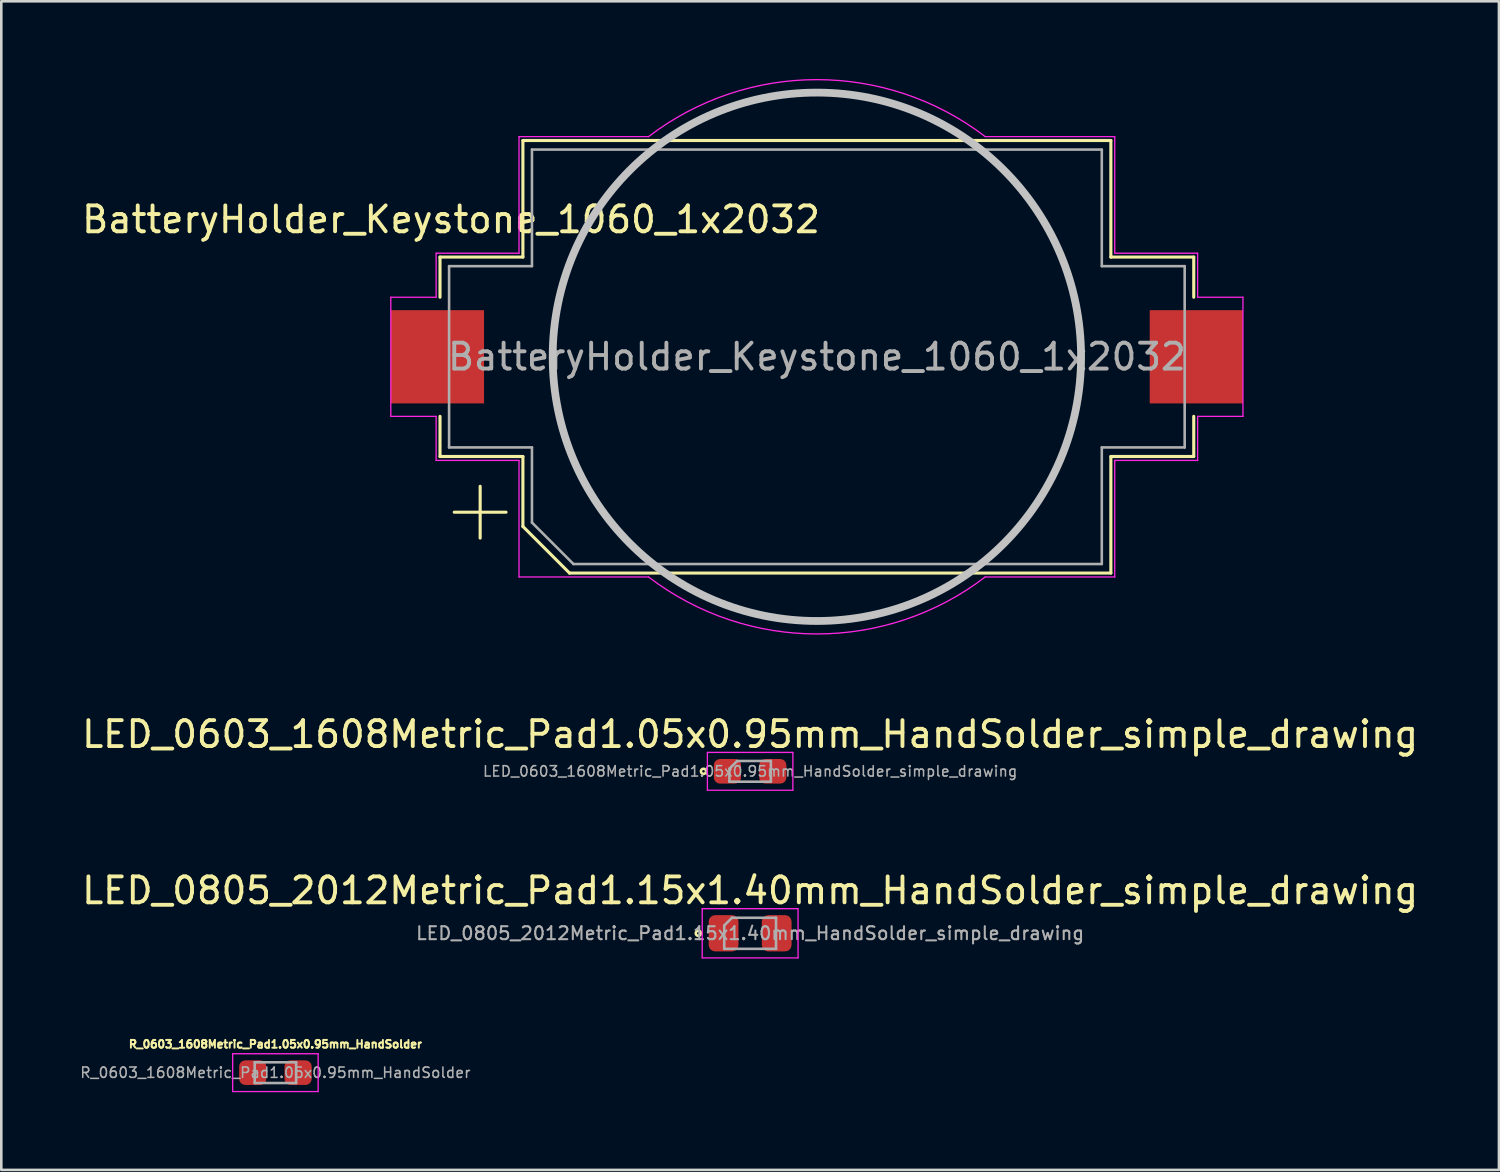
<source format=kicad_pcb>
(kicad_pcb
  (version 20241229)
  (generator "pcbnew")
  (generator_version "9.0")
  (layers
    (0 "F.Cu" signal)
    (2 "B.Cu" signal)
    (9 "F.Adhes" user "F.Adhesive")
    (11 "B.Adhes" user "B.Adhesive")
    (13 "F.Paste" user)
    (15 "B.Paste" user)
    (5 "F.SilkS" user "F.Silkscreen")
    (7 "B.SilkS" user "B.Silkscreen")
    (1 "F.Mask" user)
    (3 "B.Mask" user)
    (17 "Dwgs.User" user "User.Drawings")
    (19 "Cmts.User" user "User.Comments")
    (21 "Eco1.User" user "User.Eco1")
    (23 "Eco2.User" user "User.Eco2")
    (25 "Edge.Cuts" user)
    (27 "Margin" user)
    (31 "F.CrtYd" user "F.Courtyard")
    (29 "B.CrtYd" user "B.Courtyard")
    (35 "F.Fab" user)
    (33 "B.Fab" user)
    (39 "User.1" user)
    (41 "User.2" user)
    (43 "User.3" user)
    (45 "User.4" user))
  (footprint "BatteryHolder_Keystone_1060_1x2032"
    (layer "F.Cu")
    (at 28.488 10.725)
    (property "Reference" "BatteryHolder_Keystone_1060_1x2032" (at -14.125 -5.3 0) (layer "F.SilkS") (effects (font (size 1 1) (thickness 0.15))))
    (attr smd)
    (fp_line (start -14.55 -3.85) (end -14.55 -2.3) (stroke (width 0.12) (type solid)) (layer "F.SilkS"))
    (fp_line (start -14.55 3.85) (end -14.55 2.3) (stroke (width 0.12) (type solid)) (layer "F.SilkS"))
    (fp_line (start -13 5) (end -13 7) (stroke (width 0.12) (type solid)) (layer "F.SilkS"))
    (fp_line (start -12 6) (end -14 6) (stroke (width 0.12) (type solid)) (layer "F.SilkS"))
    (fp_line (start -11.35 -8.35) (end -11.35 -3.85) (stroke (width 0.12) (type solid)) (layer "F.SilkS"))
    (fp_line (start -11.35 -8.35) (end 11.35 -8.35) (stroke (width 0.12) (type solid)) (layer "F.SilkS"))
    (fp_line (start -11.35 -3.85) (end -14.55 -3.85) (stroke (width 0.12) (type solid)) (layer "F.SilkS"))
    (fp_line (start -11.35 3.85) (end -14.55 3.85) (stroke (width 0.12) (type solid)) (layer "F.SilkS"))
    (fp_line (start -11.35 6.55) (end -11.35 3.85) (stroke (width 0.12) (type solid)) (layer "F.SilkS"))
    (fp_line (start -9.55 8.35) (end -11.35 6.55) (stroke (width 0.12) (type solid)) (layer "F.SilkS"))
    (fp_line (start 11.35 -8.35) (end 11.35 -3.85) (stroke (width 0.12) (type solid)) (layer "F.SilkS"))
    (fp_line (start 11.35 -3.85) (end 14.55 -3.85) (stroke (width 0.12) (type solid)) (layer "F.SilkS"))
    (fp_line (start 11.35 3.85) (end 14.55 3.85) (stroke (width 0.12) (type solid)) (layer "F.SilkS"))
    (fp_line (start 11.35 8.35) (end -9.55 8.35) (stroke (width 0.12) (type solid)) (layer "F.SilkS"))
    (fp_line (start 11.35 8.35) (end 11.35 3.85) (stroke (width 0.12) (type solid)) (layer "F.SilkS"))
    (fp_line (start 14.55 -3.85) (end 14.55 -2.3) (stroke (width 0.12) (type solid)) (layer "F.SilkS"))
    (fp_line (start 14.55 3.85) (end 14.55 2.3) (stroke (width 0.12) (type solid)) (layer "F.SilkS"))
    (fp_circle (center 0 0) (end -10.2 0) (stroke (width 0.3) (type solid)) (fill no) (layer "Dwgs.User"))
    (fp_line (start -16.45 2.3) (end -16.45 -2.3) (stroke (width 0.05) (type solid)) (layer "F.CrtYd"))
    (fp_line (start -14.7 -4) (end -11.5 -4) (stroke (width 0.05) (type solid)) (layer "F.CrtYd"))
    (fp_line (start -14.7 -2.3) (end -16.45 -2.3) (stroke (width 0.05) (type solid)) (layer "F.CrtYd"))
    (fp_line (start -14.7 -2.3) (end -14.7 -4) (stroke (width 0.05) (type solid)) (layer "F.CrtYd"))
    (fp_line (start -14.7 2.3) (end -16.45 2.3) (stroke (width 0.05) (type solid)) (layer "F.CrtYd"))
    (fp_line (start -14.7 4) (end -14.7 2.3) (stroke (width 0.05) (type solid)) (layer "F.CrtYd"))
    (fp_line (start -14.7 4) (end -11.5 4) (stroke (width 0.05) (type solid)) (layer "F.CrtYd"))
    (fp_line (start -11.5 -8.5) (end -6.5 -8.5) (stroke (width 0.05) (type solid)) (layer "F.CrtYd"))
    (fp_line (start -11.5 -4) (end -11.5 -8.5) (stroke (width 0.05) (type solid)) (layer "F.CrtYd"))
    (fp_line (start -11.5 4) (end -11.5 8.5) (stroke (width 0.05) (type solid)) (layer "F.CrtYd"))
    (fp_line (start -6.5 8.5) (end -11.5 8.5) (stroke (width 0.05) (type solid)) (layer "F.CrtYd"))
    (fp_line (start 11.5 -8.5) (end 6.5 -8.5) (stroke (width 0.05) (type solid)) (layer "F.CrtYd"))
    (fp_line (start 11.5 -8.5) (end 11.5 -4) (stroke (width 0.05) (type solid)) (layer "F.CrtYd"))
    (fp_line (start 11.5 -4) (end 14.7 -4) (stroke (width 0.05) (type solid)) (layer "F.CrtYd"))
    (fp_line (start 11.5 4) (end 11.5 8.5) (stroke (width 0.05) (type solid)) (layer "F.CrtYd"))
    (fp_line (start 11.5 8.5) (end 6.5 8.5) (stroke (width 0.05) (type solid)) (layer "F.CrtYd"))
    (fp_line (start 14.7 -4) (end 14.7 -2.3) (stroke (width 0.05) (type solid)) (layer "F.CrtYd"))
    (fp_line (start 14.7 -2.3) (end 16.45 -2.3) (stroke (width 0.05) (type solid)) (layer "F.CrtYd"))
    (fp_line (start 14.7 2.3) (end 14.7 4) (stroke (width 0.05) (type solid)) (layer "F.CrtYd"))
    (fp_line (start 14.7 4) (end 11.5 4) (stroke (width 0.05) (type solid)) (layer "F.CrtYd"))
    (fp_line (start 16.45 -2.3) (end 16.45 2.3) (stroke (width 0.05) (type solid)) (layer "F.CrtYd"))
    (fp_line (start 16.45 2.3) (end 14.7 2.3) (stroke (width 0.05) (type solid)) (layer "F.CrtYd"))
    (fp_arc (start -6.499999 -8.5) (mid 0 -10.700467) (end 6.5 -8.5) (stroke (width 0.05) (type solid)) (layer "F.CrtYd"))
    (fp_arc (start 6.499999 8.5) (mid 0 10.700467) (end -6.5 8.5) (stroke (width 0.05) (type solid)) (layer "F.CrtYd"))
    (fp_line (start -14.2 -3.5) (end -11 -3.5) (stroke (width 0.1) (type solid)) (layer "F.Fab"))
    (fp_line (start -14.2 3.5) (end -14.2 -3.5) (stroke (width 0.1) (type solid)) (layer "F.Fab"))
    (fp_line (start -11 -8) (end -11 -3.5) (stroke (width 0.1) (type solid)) (layer "F.Fab"))
    (fp_line (start -11 3.5) (end -14.2 3.5) (stroke (width 0.1) (type solid)) (layer "F.Fab"))
    (fp_line (start -11 6.4) (end -11 3.5) (stroke (width 0.1) (type solid)) (layer "F.Fab"))
    (fp_line (start -9.4 8) (end -11 6.4) (stroke (width 0.1) (type solid)) (layer "F.Fab"))
    (fp_line (start 11 -8) (end -11 -8) (stroke (width 0.1) (type solid)) (layer "F.Fab"))
    (fp_line (start 11 -8) (end 11 -3.5) (stroke (width 0.1) (type solid)) (layer "F.Fab"))
    (fp_line (start 11 3.5) (end 14.2 3.5) (stroke (width 0.1) (type solid)) (layer "F.Fab"))
    (fp_line (start 11 8) (end -9.4 8) (stroke (width 0.1) (type solid)) (layer "F.Fab"))
    (fp_line (start 11 8) (end 11 3.5) (stroke (width 0.1) (type solid)) (layer "F.Fab"))
    (fp_line (start 14.2 -3.5) (end 11 -3.5) (stroke (width 0.1) (type solid)) (layer "F.Fab"))
    (fp_line (start 14.2 3.5) (end 14.2 -3.5) (stroke (width 0.1) (type solid)) (layer "F.Fab"))
    (fp_text user "${REFERENCE}" (at 0 0 0) (layer "F.Fab") (effects (font (size 1 1) (thickness 0.15))))
    (pad "1" smd rect (at -14.65 0 180) (size 3.6 3.6) (layers "F.Cu" "F.Mask" "F.Paste"))
    (pad "2" smd rect (at 14.65 0 180) (size 3.6 3.6) (layers "F.Cu" "F.Mask" "F.Paste")))
  (footprint "LED_0603_1608Metric_Pad1.05x0.95mm_HandSolder_simple_drawing"
    (layer "F.Cu")
    (at 25.911 26.729)
    (property "Reference" "LED_0603_1608Metric_Pad1.05x0.95mm_HandSolder_simple_drawing" (at 0 -1.43 0) (layer "F.SilkS") (effects (font (size 1 1) (thickness 0.15))))
    (attr smd)
    (fp_circle (center -1.8 0) (end -1.8 -0.1) (stroke (width 0.1) (type solid)) (fill no) (layer "F.SilkS"))
    (fp_line (start -1.65 -0.73) (end 1.65 -0.73) (stroke (width 0.05) (type solid)) (layer "F.CrtYd"))
    (fp_line (start -1.65 0.73) (end -1.65 -0.73) (stroke (width 0.05) (type solid)) (layer "F.CrtYd"))
    (fp_line (start 1.65 -0.73) (end 1.65 0.73) (stroke (width 0.05) (type solid)) (layer "F.CrtYd"))
    (fp_line (start 1.65 0.73) (end -1.65 0.73) (stroke (width 0.05) (type solid)) (layer "F.CrtYd"))
    (fp_line (start -0.8 -0.1) (end -0.8 0.4) (stroke (width 0.1) (type solid)) (layer "F.Fab"))
    (fp_line (start -0.8 0.4) (end 0.8 0.4) (stroke (width 0.1) (type solid)) (layer "F.Fab"))
    (fp_line (start -0.5 -0.4) (end -0.8 -0.1) (stroke (width 0.1) (type solid)) (layer "F.Fab"))
    (fp_line (start 0.8 -0.4) (end -0.5 -0.4) (stroke (width 0.1) (type solid)) (layer "F.Fab"))
    (fp_line (start 0.8 0.4) (end 0.8 -0.4) (stroke (width 0.1) (type solid)) (layer "F.Fab"))
    (fp_text user "${REFERENCE}" (at 0 0 0) (layer "F.Fab") (effects (font (size 0.4 0.4) (thickness 0.06))))
    (pad "1" smd roundrect (at -0.875 0) (size 1.05 0.95) (layers "F.Cu" "F.Mask" "F.Paste") (roundrect_rratio 0.25))
    (pad "2" smd roundrect (at 0.875 0) (size 1.05 0.95) (layers "F.Cu" "F.Mask" "F.Paste") (roundrect_rratio 0.25)))
  (footprint "LED_0805_2012Metric_Pad1.15x1.40mm_HandSolder_simple_drawing"
    (layer "F.Cu")
    (at 25.911 32.982)
    (property "Reference" "LED_0805_2012Metric_Pad1.15x1.40mm_HandSolder_simple_drawing" (at 0 -1.65 0) (layer "F.SilkS") (effects (font (size 1 1) (thickness 0.15))))
    (attr smd)
    (fp_circle (center -2 0) (end -1.9 0) (stroke (width 0.1) (type solid)) (fill no) (layer "F.SilkS"))
    (fp_line (start -1.85 -0.95) (end 1.85 -0.95) (stroke (width 0.05) (type solid)) (layer "F.CrtYd"))
    (fp_line (start -1.85 0.95) (end -1.85 -0.95) (stroke (width 0.05) (type solid)) (layer "F.CrtYd"))
    (fp_line (start 1.85 -0.95) (end 1.85 0.95) (stroke (width 0.05) (type solid)) (layer "F.CrtYd"))
    (fp_line (start 1.85 0.95) (end -1.85 0.95) (stroke (width 0.05) (type solid)) (layer "F.CrtYd"))
    (fp_line (start -1 -0.3) (end -1 0.6) (stroke (width 0.1) (type solid)) (layer "F.Fab"))
    (fp_line (start -1 0.6) (end 1 0.6) (stroke (width 0.1) (type solid)) (layer "F.Fab"))
    (fp_line (start -0.7 -0.6) (end -1 -0.3) (stroke (width 0.1) (type solid)) (layer "F.Fab"))
    (fp_line (start 1 -0.6) (end -0.7 -0.6) (stroke (width 0.1) (type solid)) (layer "F.Fab"))
    (fp_line (start 1 0.6) (end 1 -0.6) (stroke (width 0.1) (type solid)) (layer "F.Fab"))
    (fp_text user "${REFERENCE}" (at 0 0 0) (layer "F.Fab") (effects (font (size 0.5 0.5) (thickness 0.08))))
    (pad "1" smd roundrect (at -1.025 0) (size 1.15 1.4) (layers "F.Cu" "F.Mask" "F.Paste") (roundrect_rratio 0.217))
    (pad "2" smd roundrect (at 1.025 0) (size 1.15 1.4) (layers "F.Cu" "F.Mask" "F.Paste") (roundrect_rratio 0.217)))
  (footprint "R_0603_1608Metric_Pad1.05x0.95mm_HandSolder"
    (layer "F.Cu")
    (at 7.583 38.363)
    (property "Reference" "R_0603_1608Metric_Pad1.05x0.95mm_HandSolder" (at 0 -1.098 0) (layer "F.SilkS") (effects (font (size 0.3 0.3) (thickness 0.075))))
    (attr smd)
    (fp_line (start -1.65 -0.73) (end 1.65 -0.73) (stroke (width 0.05) (type solid)) (layer "F.CrtYd"))
    (fp_line (start -1.65 0.73) (end -1.65 -0.73) (stroke (width 0.05) (type solid)) (layer "F.CrtYd"))
    (fp_line (start 1.65 -0.73) (end 1.65 0.73) (stroke (width 0.05) (type solid)) (layer "F.CrtYd"))
    (fp_line (start 1.65 0.73) (end -1.65 0.73) (stroke (width 0.05) (type solid)) (layer "F.CrtYd"))
    (fp_line (start -0.8 -0.4) (end 0.8 -0.4) (stroke (width 0.1) (type solid)) (layer "F.Fab"))
    (fp_line (start -0.8 0.4) (end -0.8 -0.4) (stroke (width 0.1) (type solid)) (layer "F.Fab"))
    (fp_line (start 0.8 -0.4) (end 0.8 0.4) (stroke (width 0.1) (type solid)) (layer "F.Fab"))
    (fp_line (start 0.8 0.4) (end -0.8 0.4) (stroke (width 0.1) (type solid)) (layer "F.Fab"))
    (fp_text user "${REFERENCE}" (at 0 0 0) (layer "F.Fab") (effects (font (size 0.4 0.4) (thickness 0.06))))
    (pad "1" smd roundrect (at -0.875 0) (size 1.05 0.95) (layers "F.Cu" "F.Mask" "F.Paste") (roundrect_rratio 0.25))
    (pad "2" smd roundrect (at 0.875 0) (size 1.05 0.95) (layers "F.Cu" "F.Mask" "F.Paste") (roundrect_rratio 0.25)))
  (gr_rect
    (start -3 -3)
    (end 54.821 42.118)
    (stroke (width 0.1) (type default))
    (fill no)
    (layer "Edge.Cuts")))
</source>
